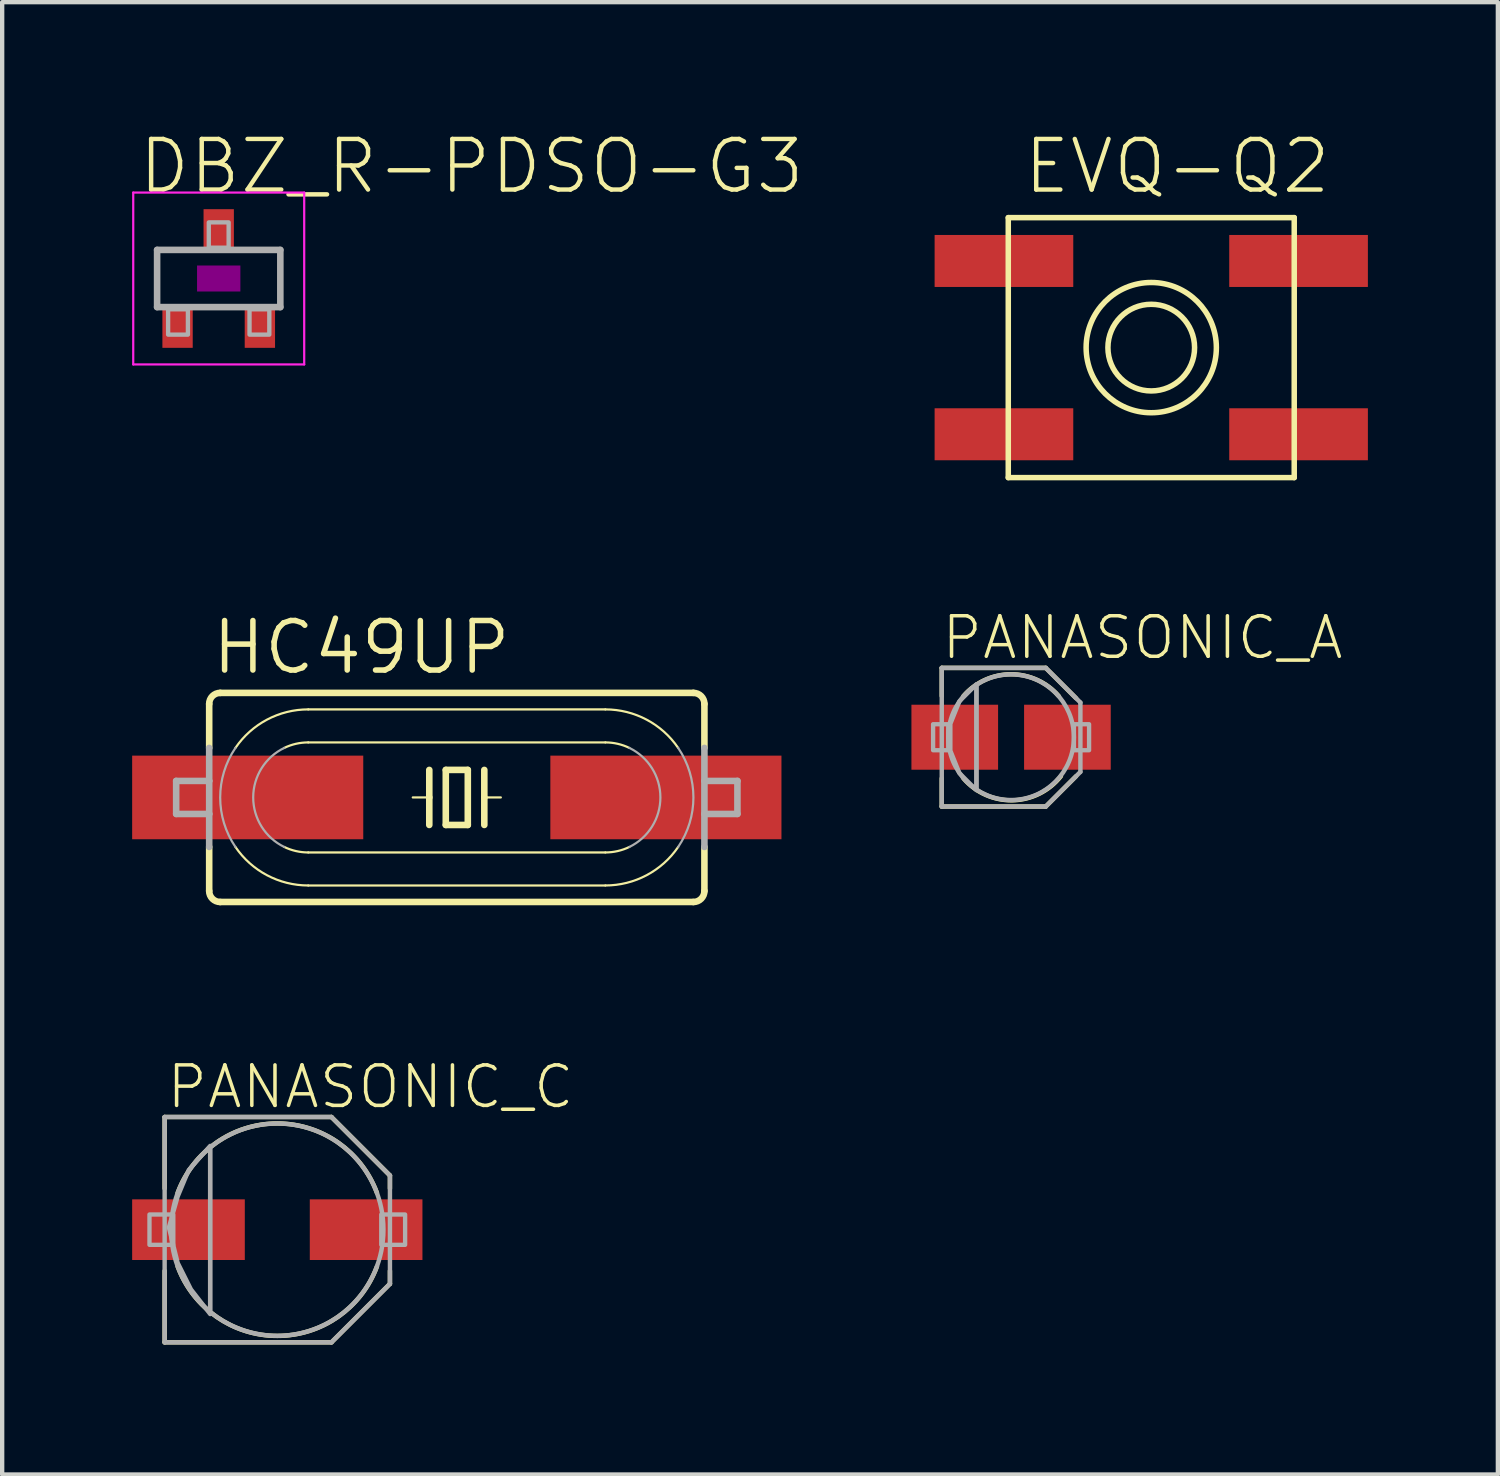
<source format=kicad_pcb>
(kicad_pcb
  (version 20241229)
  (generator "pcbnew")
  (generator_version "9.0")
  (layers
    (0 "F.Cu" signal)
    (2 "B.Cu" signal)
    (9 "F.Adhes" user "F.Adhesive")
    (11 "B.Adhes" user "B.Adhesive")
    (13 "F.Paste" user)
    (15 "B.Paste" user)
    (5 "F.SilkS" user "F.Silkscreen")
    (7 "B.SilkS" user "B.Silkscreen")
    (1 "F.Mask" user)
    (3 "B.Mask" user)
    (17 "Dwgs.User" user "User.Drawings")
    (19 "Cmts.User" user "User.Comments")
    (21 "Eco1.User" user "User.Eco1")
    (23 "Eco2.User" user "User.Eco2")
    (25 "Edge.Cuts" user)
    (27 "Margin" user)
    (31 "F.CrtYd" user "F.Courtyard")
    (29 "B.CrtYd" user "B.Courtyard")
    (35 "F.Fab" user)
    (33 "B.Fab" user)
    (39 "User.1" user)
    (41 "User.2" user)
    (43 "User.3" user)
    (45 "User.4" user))
  (footprint "DBZ_R-PDSO-G3"
    (layer "F.Cu")
    (at 1.998 3.378)
    (property "Reference" "DBZ_R-PDSO-G3" (at -1.905 -1.905 0) (layer "F.SilkS") (effects (font (size 1.168 1.168) (thickness 0.102)) (justify left bottom)))
    (fp_poly (pts (xy -0.5 0.3) (xy 0.5 0.3) (xy 0.5 -0.3) (xy -0.5 -0.3)) (stroke (width 0) (type solid)) (fill yes) (layer "F.Adhes"))
    (fp_line (start -1.973 -1.983) (end 1.973 -1.983) (stroke (width 0.051) (type solid)) (layer "F.CrtYd"))
    (fp_line (start -1.973 1.983) (end -1.973 -1.983) (stroke (width 0.051) (type solid)) (layer "F.CrtYd"))
    (fp_line (start 1.973 -1.983) (end 1.973 1.983) (stroke (width 0.051) (type solid)) (layer "F.CrtYd"))
    (fp_line (start 1.973 1.983) (end -1.973 1.983) (stroke (width 0.051) (type solid)) (layer "F.CrtYd"))
    (fp_line (start -1.422 -0.66) (end 1.422 -0.66) (stroke (width 0.152) (type solid)) (layer "F.Fab"))
    (fp_line (start -1.422 0.66) (end -1.422 -0.66) (stroke (width 0.152) (type solid)) (layer "F.Fab"))
    (fp_line (start 1.422 -0.66) (end 1.422 0.66) (stroke (width 0.152) (type solid)) (layer "F.Fab"))
    (fp_line (start 1.422 0.66) (end -1.422 0.66) (stroke (width 0.152) (type solid)) (layer "F.Fab"))
    (fp_poly (pts (xy -1.168 1.295) (xy -0.711 1.295) (xy -0.711 0.711) (xy -1.168 0.711)) (stroke (width 0.1) (type solid)) (fill no) (layer "F.Fab"))
    (fp_poly (pts (xy -0.229 -0.711) (xy 0.229 -0.711) (xy 0.229 -1.295) (xy -0.229 -1.295)) (stroke (width 0.1) (type solid)) (fill no) (layer "F.Fab"))
    (fp_poly (pts (xy 0.711 1.295) (xy 1.168 1.295) (xy 1.168 0.711) (xy 0.711 0.711)) (stroke (width 0.1) (type solid)) (fill no) (layer "F.Fab"))
    (pad "1" smd rect (at -0.95 1.1) (size 0.7 1) (layers "F.Cu" "F.Mask" "F.Paste"))
    (pad "2" smd rect (at 0.95 1.1) (size 0.7 1) (layers "F.Cu" "F.Mask" "F.Paste"))
    (pad "3" smd rect (at 0 -1.1) (size 0.7 1) (layers "F.Cu" "F.Mask" "F.Paste")))
  (footprint "PANASONIC_C"
    (layer "F.Cu")
    (at 3.35 25.331)
    (property "Reference" "PANASONIC_C" (at -2.6 -2.75 0) (layer "F.SilkS") (effects (font (size 0.935 0.935) (thickness 0.081)) (justify left bottom)))
    (fp_line (start -2.6 -2.6) (end 1.25 -2.6) (stroke (width 0.102) (type solid)) (layer "F.SilkS"))
    (fp_line (start -2.6 -0.95) (end -2.6 -2.6) (stroke (width 0.102) (type solid)) (layer "F.SilkS"))
    (fp_line (start -2.6 2.6) (end -2.6 0.95) (stroke (width 0.102) (type solid)) (layer "F.SilkS"))
    (fp_line (start 1.25 -2.6) (end 2.6 -1.25) (stroke (width 0.102) (type solid)) (layer "F.SilkS"))
    (fp_line (start 1.25 2.6) (end -2.6 2.6) (stroke (width 0.102) (type solid)) (layer "F.SilkS"))
    (fp_line (start 2.6 -1.25) (end 2.6 -0.95) (stroke (width 0.102) (type solid)) (layer "F.SilkS"))
    (fp_line (start 2.6 0.95) (end 2.6 1.25) (stroke (width 0.102) (type solid)) (layer "F.SilkS"))
    (fp_line (start 2.6 1.25) (end 1.25 2.6) (stroke (width 0.102) (type solid)) (layer "F.SilkS"))
    (fp_arc (start -2.3 -0.85) (mid 0 -2.45204) (end 2.3 -0.85) (stroke (width 0.1016) (type solid)) (layer "F.SilkS"))
    (fp_arc (start 2.3 0.85) (mid 0 2.45204) (end -2.3 0.85) (stroke (width 0.1016) (type solid)) (layer "F.SilkS"))
    (fp_line (start -2.6 -2.6) (end 1.25 -2.6) (stroke (width 0.102) (type solid)) (layer "F.Fab"))
    (fp_line (start -2.6 2.6) (end -2.6 -2.6) (stroke (width 0.102) (type solid)) (layer "F.Fab"))
    (fp_line (start -1.55 -1.85) (end -1.55 1.85) (stroke (width 0.102) (type solid)) (layer "F.Fab"))
    (fp_line (start 1.25 -2.6) (end 2.6 -1.25) (stroke (width 0.102) (type solid)) (layer "F.Fab"))
    (fp_line (start 1.25 2.6) (end -2.6 2.6) (stroke (width 0.102) (type solid)) (layer "F.Fab"))
    (fp_line (start 2.6 -1.25) (end 2.6 1.25) (stroke (width 0.102) (type solid)) (layer "F.Fab"))
    (fp_line (start 2.6 1.25) (end 1.25 2.6) (stroke (width 0.102) (type solid)) (layer "F.Fab"))
    (fp_circle (center 0 0) (end 2.45 0) (stroke (width 0.102) (type solid)) (fill no) (layer "F.Fab"))
    (fp_poly (pts (xy -2.95 0.35) (xy -2.4 0.35) (xy -2.4 -0.35) (xy -2.95 -0.35)) (stroke (width 0.1) (type solid)) (fill no) (layer "F.Fab"))
    (fp_poly (pts (xy 2.4 0.35) (xy 2.95 0.35) (xy 2.95 -0.35) (xy 2.4 -0.35)) (stroke (width 0.1) (type solid)) (fill no) (layer "F.Fab"))
    (fp_poly (pts (xy -1.549 1.948) (xy -1.993 1.377) (xy -2.298 0.768) (xy -2.503 -0.051) (xy -2.298 -0.767) (xy -2.044 -1.377) (xy -1.549 -1.934)) (stroke (width 0.1) (type solid)) (fill no) (layer "F.Fab"))
    (pad "+" smd rect (at 2.05 0) (size 2.6 1.4) (layers "F.Cu" "F.Mask" "F.Paste"))
    (pad "-" smd rect (at -2.05 0) (size 2.6 1.4) (layers "F.Cu" "F.Mask" "F.Paste")))
  (footprint "HC49UP"
    (layer "F.Cu")
    (at 7.493 15.355)
    (property "Reference" "HC49UP" (at -5.715 -2.794 0) (layer "F.SilkS") (effects (font (size 1.143 1.143) (thickness 0.127)) (justify left bottom)))
    (fp_line (start -5.715 -1.143) (end -5.715 -2.159) (stroke (width 0.152) (type solid)) (layer "F.SilkS"))
    (fp_line (start -5.715 2.159) (end -5.715 1.143) (stroke (width 0.152) (type solid)) (layer "F.SilkS"))
    (fp_line (start -3.429 -2.032) (end 3.429 -2.032) (stroke (width 0.051) (type solid)) (layer "F.SilkS"))
    (fp_line (start -3.429 -1.27) (end 3.429 -1.27) (stroke (width 0.051) (type solid)) (layer "F.SilkS"))
    (fp_line (start -0.635 -0.635) (end -0.635 0) (stroke (width 0.152) (type solid)) (layer "F.SilkS"))
    (fp_line (start -0.635 0) (end -1.016 0) (stroke (width 0.051) (type solid)) (layer "F.SilkS"))
    (fp_line (start -0.635 0) (end -0.635 0.635) (stroke (width 0.152) (type solid)) (layer "F.SilkS"))
    (fp_line (start -0.254 -0.635) (end -0.254 0.635) (stroke (width 0.152) (type solid)) (layer "F.SilkS"))
    (fp_line (start -0.254 0.635) (end 0.254 0.635) (stroke (width 0.152) (type solid)) (layer "F.SilkS"))
    (fp_line (start 0.254 -0.635) (end -0.254 -0.635) (stroke (width 0.152) (type solid)) (layer "F.SilkS"))
    (fp_line (start 0.254 0.635) (end 0.254 -0.635) (stroke (width 0.152) (type solid)) (layer "F.SilkS"))
    (fp_line (start 0.635 -0.635) (end 0.635 0) (stroke (width 0.152) (type solid)) (layer "F.SilkS"))
    (fp_line (start 0.635 0) (end 0.635 0.635) (stroke (width 0.152) (type solid)) (layer "F.SilkS"))
    (fp_line (start 0.635 0) (end 1.016 0) (stroke (width 0.051) (type solid)) (layer "F.SilkS"))
    (fp_line (start 3.429 1.27) (end -3.429 1.27) (stroke (width 0.051) (type solid)) (layer "F.SilkS"))
    (fp_line (start 3.429 2.032) (end -3.429 2.032) (stroke (width 0.051) (type solid)) (layer "F.SilkS"))
    (fp_line (start 5.461 -2.413) (end -5.461 -2.413) (stroke (width 0.152) (type solid)) (layer "F.SilkS"))
    (fp_line (start 5.461 2.413) (end -5.461 2.413) (stroke (width 0.152) (type solid)) (layer "F.SilkS"))
    (fp_line (start 5.715 -1.143) (end 5.715 -2.159) (stroke (width 0.152) (type solid)) (layer "F.SilkS"))
    (fp_line (start 5.715 2.159) (end 5.715 1.143) (stroke (width 0.152) (type solid)) (layer "F.SilkS"))
    (fp_arc (start -5.715 -2.159) (mid -5.640605 -2.338605) (end -5.461 -2.413) (stroke (width 0.1524) (type solid)) (layer "F.SilkS"))
    (fp_arc (start -5.461 2.413) (mid -5.640605 2.338605) (end -5.715 2.159) (stroke (width 0.1524) (type solid)) (layer "F.SilkS"))
    (fp_arc (start -5.1091 -1.143) (mid -4.379417 -1.796107) (end -3.429 -2.032101) (stroke (width 0.0508) (type solid)) (layer "F.SilkS"))
    (fp_arc (start -3.9826 -1.143) (mid -3.712991 -1.237845) (end -3.429 -1.27) (stroke (width 0.0508) (type solid)) (layer "F.SilkS"))
    (fp_arc (start -3.429 1.27) (mid -3.712991 1.237845) (end -3.9826 1.143) (stroke (width 0.0508) (type solid)) (layer "F.SilkS"))
    (fp_arc (start -3.429 2.032001) (mid -4.379408 1.796063) (end -5.1091 1.143) (stroke (width 0.0508) (type solid)) (layer "F.SilkS"))
    (fp_arc (start 3.429 -2.032) (mid 4.379408 -1.796062) (end 5.1091 -1.142999) (stroke (width 0.0508) (type solid)) (layer "F.SilkS"))
    (fp_arc (start 3.429 -1.27) (mid 3.712991 -1.237845) (end 3.9826 -1.143) (stroke (width 0.0508) (type solid)) (layer "F.SilkS"))
    (fp_arc (start 3.9826 1.143) (mid 3.712991 1.237845) (end 3.429 1.27) (stroke (width 0.0508) (type solid)) (layer "F.SilkS"))
    (fp_arc (start 5.109 1.142899) (mid 4.379368 1.795994) (end 3.429 2.032) (stroke (width 0.0508) (type solid)) (layer "F.SilkS"))
    (fp_arc (start 5.461 -2.413) (mid 5.640605 -2.338605) (end 5.715 -2.159) (stroke (width 0.1524) (type solid)) (layer "F.SilkS"))
    (fp_arc (start 5.715 2.159) (mid 5.640605 2.338605) (end 5.461 2.413) (stroke (width 0.1524) (type solid)) (layer "F.SilkS"))
    (fp_line (start -6.477 0.381) (end -6.477 -0.381) (stroke (width 0.152) (type solid)) (layer "F.Fab"))
    (fp_line (start -5.715 -0.381) (end -6.477 -0.381) (stroke (width 0.152) (type solid)) (layer "F.Fab"))
    (fp_line (start -5.715 -0.381) (end -5.715 -1.143) (stroke (width 0.152) (type solid)) (layer "F.Fab"))
    (fp_line (start -5.715 0.381) (end -6.477 0.381) (stroke (width 0.152) (type solid)) (layer "F.Fab"))
    (fp_line (start -5.715 0.381) (end -5.715 -0.381) (stroke (width 0.152) (type solid)) (layer "F.Fab"))
    (fp_line (start -5.715 1.143) (end -5.715 0.381) (stroke (width 0.152) (type solid)) (layer "F.Fab"))
    (fp_line (start 5.715 -0.381) (end 6.477 -0.381) (stroke (width 0.152) (type solid)) (layer "F.Fab"))
    (fp_line (start 5.715 0.381) (end 6.477 0.381) (stroke (width 0.152) (type solid)) (layer "F.Fab"))
    (fp_line (start 5.715 1.143) (end 5.715 -1.143) (stroke (width 0.152) (type solid)) (layer "F.Fab"))
    (fp_line (start 6.477 0.381) (end 6.477 -0.381) (stroke (width 0.152) (type solid)) (layer "F.Fab"))
    (fp_arc (start -5.1091 1.143) (mid -5.46104 0) (end -5.1091 -1.143) (stroke (width 0.0508) (type solid)) (layer "F.Fab"))
    (fp_arc (start -3.9826 1.143) (mid -4.699009 0) (end -3.9826 -1.143) (stroke (width 0.0508) (type solid)) (layer "F.Fab"))
    (fp_arc (start 3.9826 -1.143) (mid 4.699009 0) (end 3.9826 1.143) (stroke (width 0.0508) (type solid)) (layer "F.Fab"))
    (fp_arc (start 5.1091 -1.143) (mid 5.46104 0) (end 5.1091 1.143) (stroke (width 0.0508) (type solid)) (layer "F.Fab"))
    (pad "1" smd rect (at -4.826 0) (size 5.334 1.93) (layers "F.Cu" "F.Mask" "F.Paste"))
    (pad "2" smd rect (at 4.826 0) (size 5.334 1.93) (layers "F.Cu" "F.Mask" "F.Paste"))
    (zone (net_name "") (layers "F.Cu" "B.Cu") (hatch edge 0.508) (connect_pads) (min_thickness 0.254) (filled_areas_thickness no) (keepout (tracks allowed) (vias not_allowed) (pads allowed) (copperpour allowed) (footprints allowed)) (placement (enabled no)) (fill) (polygon (pts (xy 0.889 18.403) (xy 14.097 18.403) (xy 14.097 12.307) (xy 0.889 12.307)))))
  (footprint "PANASONIC_A"
    (layer "F.Cu")
    (at 20.286 13.965)
    (property "Reference" "PANASONIC_A" (at -1.65 -1.75 0) (layer "F.SilkS") (effects (font (size 0.935 0.935) (thickness 0.081)) (justify left bottom)))
    (fp_line (start -1.6 -1.6) (end 0.8 -1.6) (stroke (width 0.102) (type solid)) (layer "F.SilkS"))
    (fp_line (start -1.6 -0.95) (end -1.6 -1.6) (stroke (width 0.102) (type solid)) (layer "F.SilkS"))
    (fp_line (start -1.6 1.6) (end -1.6 0.95) (stroke (width 0.102) (type solid)) (layer "F.SilkS"))
    (fp_line (start 0.8 -1.6) (end 1.5 -0.9) (stroke (width 0.102) (type solid)) (layer "F.SilkS"))
    (fp_line (start 0.8 1.6) (end -1.6 1.6) (stroke (width 0.102) (type solid)) (layer "F.SilkS"))
    (fp_line (start 1.5 0.9) (end 0.8 1.6) (stroke (width 0.102) (type solid)) (layer "F.SilkS"))
    (fp_arc (start -1.1 -0.95) (mid 0 -1.453444) (end 1.1 -0.95) (stroke (width 0.1016) (type solid)) (layer "F.SilkS"))
    (fp_arc (start 1.149999 0.9) (mid 0.03681 1.456451) (end -1.1 0.95) (stroke (width 0.1016) (type solid)) (layer "F.SilkS"))
    (fp_line (start -1.6 -1.6) (end 0.8 -1.6) (stroke (width 0.102) (type solid)) (layer "F.Fab"))
    (fp_line (start -1.6 1.6) (end -1.6 -1.6) (stroke (width 0.102) (type solid)) (layer "F.Fab"))
    (fp_line (start -0.8 -1.2) (end -0.8 1.2) (stroke (width 0.102) (type solid)) (layer "F.Fab"))
    (fp_line (start 0.8 -1.6) (end 1.6 -0.8) (stroke (width 0.102) (type solid)) (layer "F.Fab"))
    (fp_line (start 0.8 1.6) (end -1.6 1.6) (stroke (width 0.102) (type solid)) (layer "F.Fab"))
    (fp_line (start 1.6 -0.8) (end 1.6 0.8) (stroke (width 0.102) (type solid)) (layer "F.Fab"))
    (fp_line (start 1.6 0.8) (end 0.8 1.6) (stroke (width 0.102) (type solid)) (layer "F.Fab"))
    (fp_circle (center 0 0) (end 1.45 0) (stroke (width 0.102) (type solid)) (fill no) (layer "F.Fab"))
    (fp_poly (pts (xy -1.8 0.3) (xy -1.45 0.3) (xy -1.45 -0.3) (xy -1.8 -0.3)) (stroke (width 0.1) (type solid)) (fill no) (layer "F.Fab"))
    (fp_poly (pts (xy 1.45 0.3) (xy 1.8 0.3) (xy 1.8 -0.3) (xy 1.45 -0.3)) (stroke (width 0.1) (type solid)) (fill no) (layer "F.Fab"))
    (fp_poly (pts (xy -0.799 1.223) (xy -1.193 0.829) (xy -1.401 0.31) (xy -1.401 -0.31) (xy -1.193 -0.829) (xy -0.799 -1.223)) (stroke (width 0.1) (type solid)) (fill no) (layer "F.Fab"))
    (pad "+" smd rect (at 1.3 0) (size 2 1.5) (layers "F.Cu" "F.Mask" "F.Paste"))
    (pad "-" smd rect (at -1.3 0) (size 2 1.5) (layers "F.Cu" "F.Mask" "F.Paste")))
  (footprint "EVQ-Q2"
    (layer "F.Cu")
    (at 23.521 4.973)
    (property "Reference" "EVQ-Q2" (at -3 -3.5 0) (layer "F.SilkS") (effects (font (size 1.168 1.168) (thickness 0.102)) (justify left bottom)))
    (fp_line (start -3.3 -3) (end 3.3 -3) (stroke (width 0.127) (type solid)) (layer "F.SilkS"))
    (fp_line (start -3.3 3) (end -3.3 -3) (stroke (width 0.127) (type solid)) (layer "F.SilkS"))
    (fp_line (start 3.3 -3) (end 3.3 3) (stroke (width 0.127) (type solid)) (layer "F.SilkS"))
    (fp_line (start 3.3 3) (end -3.3 3) (stroke (width 0.127) (type solid)) (layer "F.SilkS"))
    (fp_circle (center 0 0) (end 1 0) (stroke (width 0.127) (type solid)) (fill no) (layer "F.SilkS"))
    (fp_circle (center 0 0) (end 1.503 0) (stroke (width 0.127) (type solid)) (fill no) (layer "F.SilkS"))
    (pad "A" smd rect (at -3.4 2) (size 3.2 1.2) (layers "F.Cu" "F.Mask" "F.Paste"))
    (pad "A'" smd rect (at 3.4 2) (size 3.2 1.2) (layers "F.Cu" "F.Mask" "F.Paste"))
    (pad "B" smd rect (at -3.4 -2) (size 3.2 1.2) (layers "F.Cu" "F.Mask" "F.Paste"))
    (pad "B'" smd rect (at 3.4 -2) (size 3.2 1.2) (layers "F.Cu" "F.Mask" "F.Paste")))
  (gr_rect
    (start -3 -3)
    (end 31.521 30.982)
    (stroke (width 0.1) (type default))
    (fill no)
    (layer "Edge.Cuts")))
</source>
